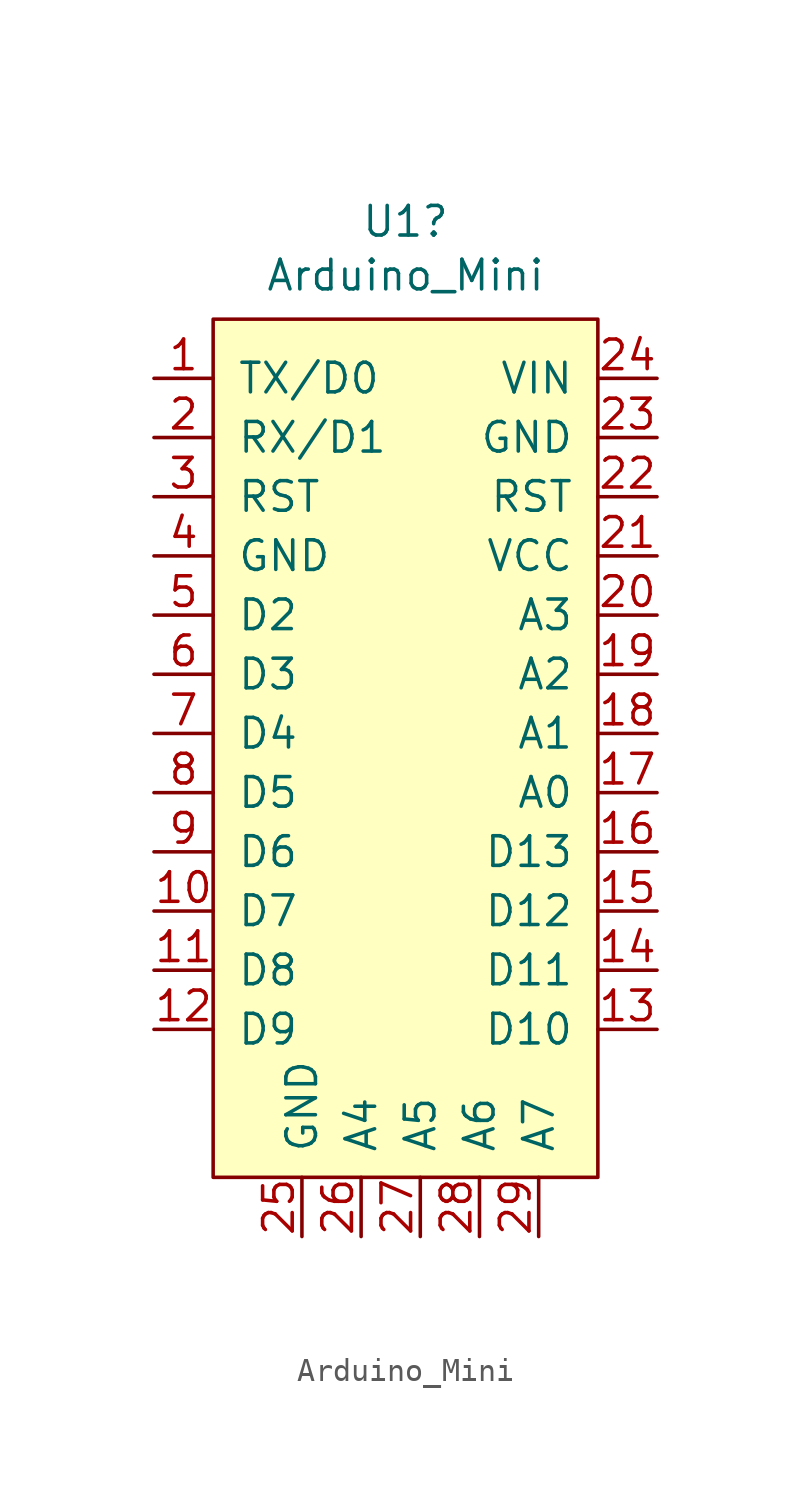
<source format=kicad_sym>
(kicad_symbol_lib
  (version 20211014)
  (generator kicad_symbol_editor)
  (symbol "Arduino_Mini"
    (pin_names
      (offset 1.016))
    (property "Reference" "U1"
      (at 10.795 1.651 0)
      (effects (font (size 1.27 1.27))))
    (property "Value" "Arduino_Mini"
      (at 10.795 -0.66 0)
      (effects (font (size 1.27 1.27))))
    (symbol "Arduino_Mini_0_1"
      (rectangle (start 2.54 -2.54) (end 19.05 -39.37) (stroke (width 0) (type default) (color 0 0 0 0)) (fill (type background))))
    (symbol "Arduino_Mini_1_1"
      (pin bidirectional line (at 0 -5.08 0) (length 2.54) (name "TX/D0" (effects (font (size 1.27 1.27)))) (number "1" (effects (font (size 1.27 1.27)))))
      (pin bidirectional line (at 0 -27.94 0) (length 2.54) (name "D7" (effects (font (size 1.27 1.27)))) (number "10" (effects (font (size 1.27 1.27)))))
      (pin bidirectional line (at 0 -30.48 0) (length 2.54) (name "D8" (effects (font (size 1.27 1.27)))) (number "11" (effects (font (size 1.27 1.27)))))
      (pin bidirectional line (at 0 -33.02 0) (length 2.54) (name "D9" (effects (font (size 1.27 1.27)))) (number "12" (effects (font (size 1.27 1.27)))))
      (pin bidirectional line (at 21.59 -33.02 180) (length 2.54) (name "D10" (effects (font (size 1.27 1.27)))) (number "13" (effects (font (size 1.27 1.27)))))
      (pin bidirectional line (at 21.59 -30.48 180) (length 2.54) (name "D11" (effects (font (size 1.27 1.27)))) (number "14" (effects (font (size 1.27 1.27)))))
      (pin bidirectional line (at 21.59 -27.94 180) (length 2.54) (name "D12" (effects (font (size 1.27 1.27)))) (number "15" (effects (font (size 1.27 1.27)))))
      (pin bidirectional line (at 21.59 -25.4 180) (length 2.54) (name "D13" (effects (font (size 1.27 1.27)))) (number "16" (effects (font (size 1.27 1.27)))))
      (pin bidirectional line (at 21.59 -22.86 180) (length 2.54) (name "A0" (effects (font (size 1.27 1.27)))) (number "17" (effects (font (size 1.27 1.27)))))
      (pin bidirectional line (at 21.59 -20.32 180) (length 2.54) (name "A1" (effects (font (size 1.27 1.27)))) (number "18" (effects (font (size 1.27 1.27)))))
      (pin bidirectional line (at 21.59 -17.78 180) (length 2.54) (name "A2" (effects (font (size 1.27 1.27)))) (number "19" (effects (font (size 1.27 1.27)))))
      (pin bidirectional line (at 0 -7.62 0) (length 2.54) (name "RX/D1" (effects (font (size 1.27 1.27)))) (number "2" (effects (font (size 1.27 1.27)))))
      (pin bidirectional line (at 21.59 -15.24 180) (length 2.54) (name "A3" (effects (font (size 1.27 1.27)))) (number "20" (effects (font (size 1.27 1.27)))))
      (pin bidirectional line (at 21.59 -12.7 180) (length 2.54) (name "VCC" (effects (font (size 1.27 1.27)))) (number "21" (effects (font (size 1.27 1.27)))))
      (pin bidirectional line (at 21.59 -10.16 180) (length 2.54) (name "RST" (effects (font (size 1.27 1.27)))) (number "22" (effects (font (size 1.27 1.27)))))
      (pin bidirectional line (at 21.59 -7.62 180) (length 2.54) (name "GND" (effects (font (size 1.27 1.27)))) (number "23" (effects (font (size 1.27 1.27)))))
      (pin bidirectional line (at 21.59 -5.08 180) (length 2.54) (name "VIN" (effects (font (size 1.27 1.27)))) (number "24" (effects (font (size 1.27 1.27)))))
      (pin bidirectional line (at 6.35 -41.91 90) (length 2.54) (name "GND" (effects (font (size 1.27 1.27)))) (number "25" (effects (font (size 1.27 1.27)))))
      (pin bidirectional line (at 8.89 -41.91 90) (length 2.54) (name "A4" (effects (font (size 1.27 1.27)))) (number "26" (effects (font (size 1.27 1.27)))))
      (pin bidirectional line (at 11.43 -41.91 90) (length 2.54) (name "A5" (effects (font (size 1.27 1.27)))) (number "27" (effects (font (size 1.27 1.27)))))
      (pin bidirectional line (at 13.97 -41.91 90) (length 2.54) (name "A6" (effects (font (size 1.27 1.27)))) (number "28" (effects (font (size 1.27 1.27)))))
      (pin bidirectional line (at 16.51 -41.91 90) (length 2.54) (name "A7" (effects (font (size 1.27 1.27)))) (number "29" (effects (font (size 1.27 1.27)))))
      (pin bidirectional line (at 0 -10.16 0) (length 2.54) (name "RST" (effects (font (size 1.27 1.27)))) (number "3" (effects (font (size 1.27 1.27)))))
      (pin bidirectional line (at 0 -12.7 0) (length 2.54) (name "GND" (effects (font (size 1.27 1.27)))) (number "4" (effects (font (size 1.27 1.27)))))
      (pin bidirectional line (at 0 -15.24 0) (length 2.54) (name "D2" (effects (font (size 1.27 1.27)))) (number "5" (effects (font (size 1.27 1.27)))))
      (pin bidirectional line (at 0 -17.78 0) (length 2.54) (name "D3" (effects (font (size 1.27 1.27)))) (number "6" (effects (font (size 1.27 1.27)))))
      (pin bidirectional line (at 0 -20.32 0) (length 2.54) (name "D4" (effects (font (size 1.27 1.27)))) (number "7" (effects (font (size 1.27 1.27)))))
      (pin bidirectional line (at 0 -22.86 0) (length 2.54) (name "D5" (effects (font (size 1.27 1.27)))) (number "8" (effects (font (size 1.27 1.27)))))
      (pin bidirectional line (at 0 -25.4 0) (length 2.54) (name "D6" (effects (font (size 1.27 1.27)))) (number "9" (effects (font (size 1.27 1.27))))))))
</source>
